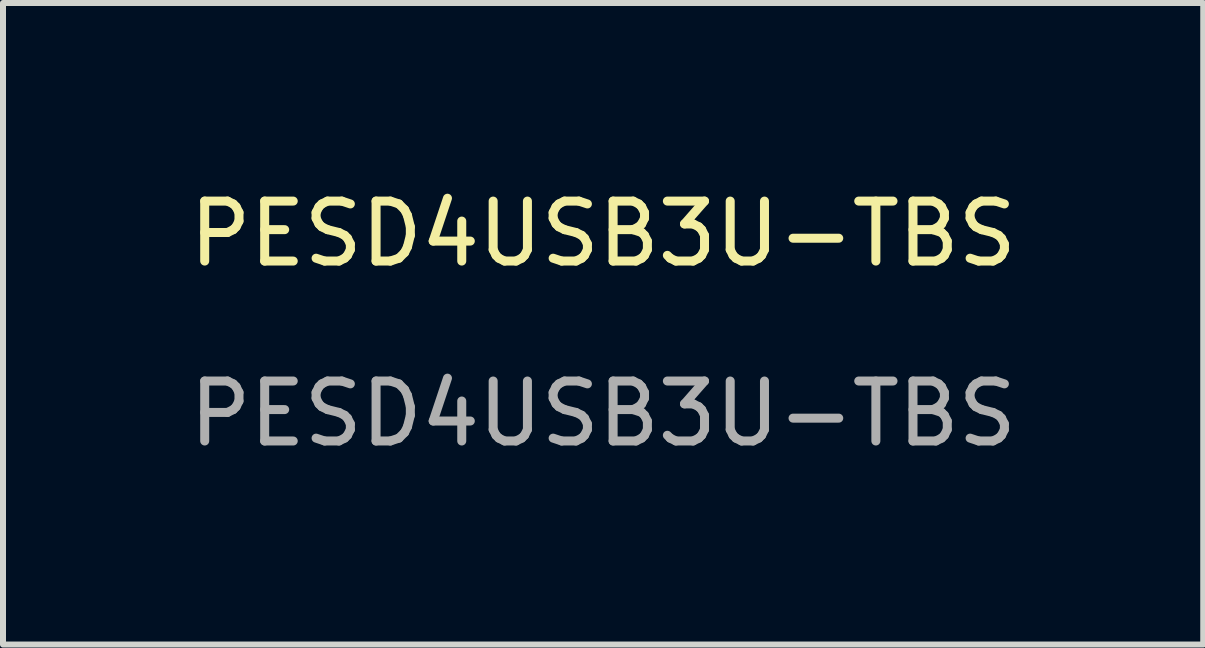
<source format=kicad_pcb>
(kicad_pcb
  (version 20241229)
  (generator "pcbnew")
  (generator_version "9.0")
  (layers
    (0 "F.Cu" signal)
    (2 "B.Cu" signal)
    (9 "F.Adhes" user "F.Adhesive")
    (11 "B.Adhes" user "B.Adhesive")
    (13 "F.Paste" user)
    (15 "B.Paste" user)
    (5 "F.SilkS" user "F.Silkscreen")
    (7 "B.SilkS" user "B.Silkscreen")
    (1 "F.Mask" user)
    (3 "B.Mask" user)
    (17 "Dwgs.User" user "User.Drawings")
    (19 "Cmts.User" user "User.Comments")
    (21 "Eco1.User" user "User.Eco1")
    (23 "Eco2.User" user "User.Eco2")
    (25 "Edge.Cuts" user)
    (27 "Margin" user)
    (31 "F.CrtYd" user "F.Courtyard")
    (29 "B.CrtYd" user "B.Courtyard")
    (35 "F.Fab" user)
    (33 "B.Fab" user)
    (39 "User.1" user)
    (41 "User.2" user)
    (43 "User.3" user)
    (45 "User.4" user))
  (footprint "PESD4USB3U-TBS"
    (layer "F.Cu")
    (at 7.006 1.348)
    (property "Reference" "PESD4USB3U-TBS" (at 0 -0.5 0) (unlocked yes) (layer "F.SilkS") (effects (font (size 1 1) (thickness 0.15))))
    (attr smd)
    (fp_text user "${REFERENCE}" (at 0 2.5 0) (unlocked yes) (layer "F.Fab") (effects (font (size 1 1) (thickness 0.15)))))
  (gr_rect
    (start -3 -3)
    (end 17.012 7.697)
    (stroke (width 0.1) (type default))
    (fill no)
    (layer "Edge.Cuts")))
</source>
